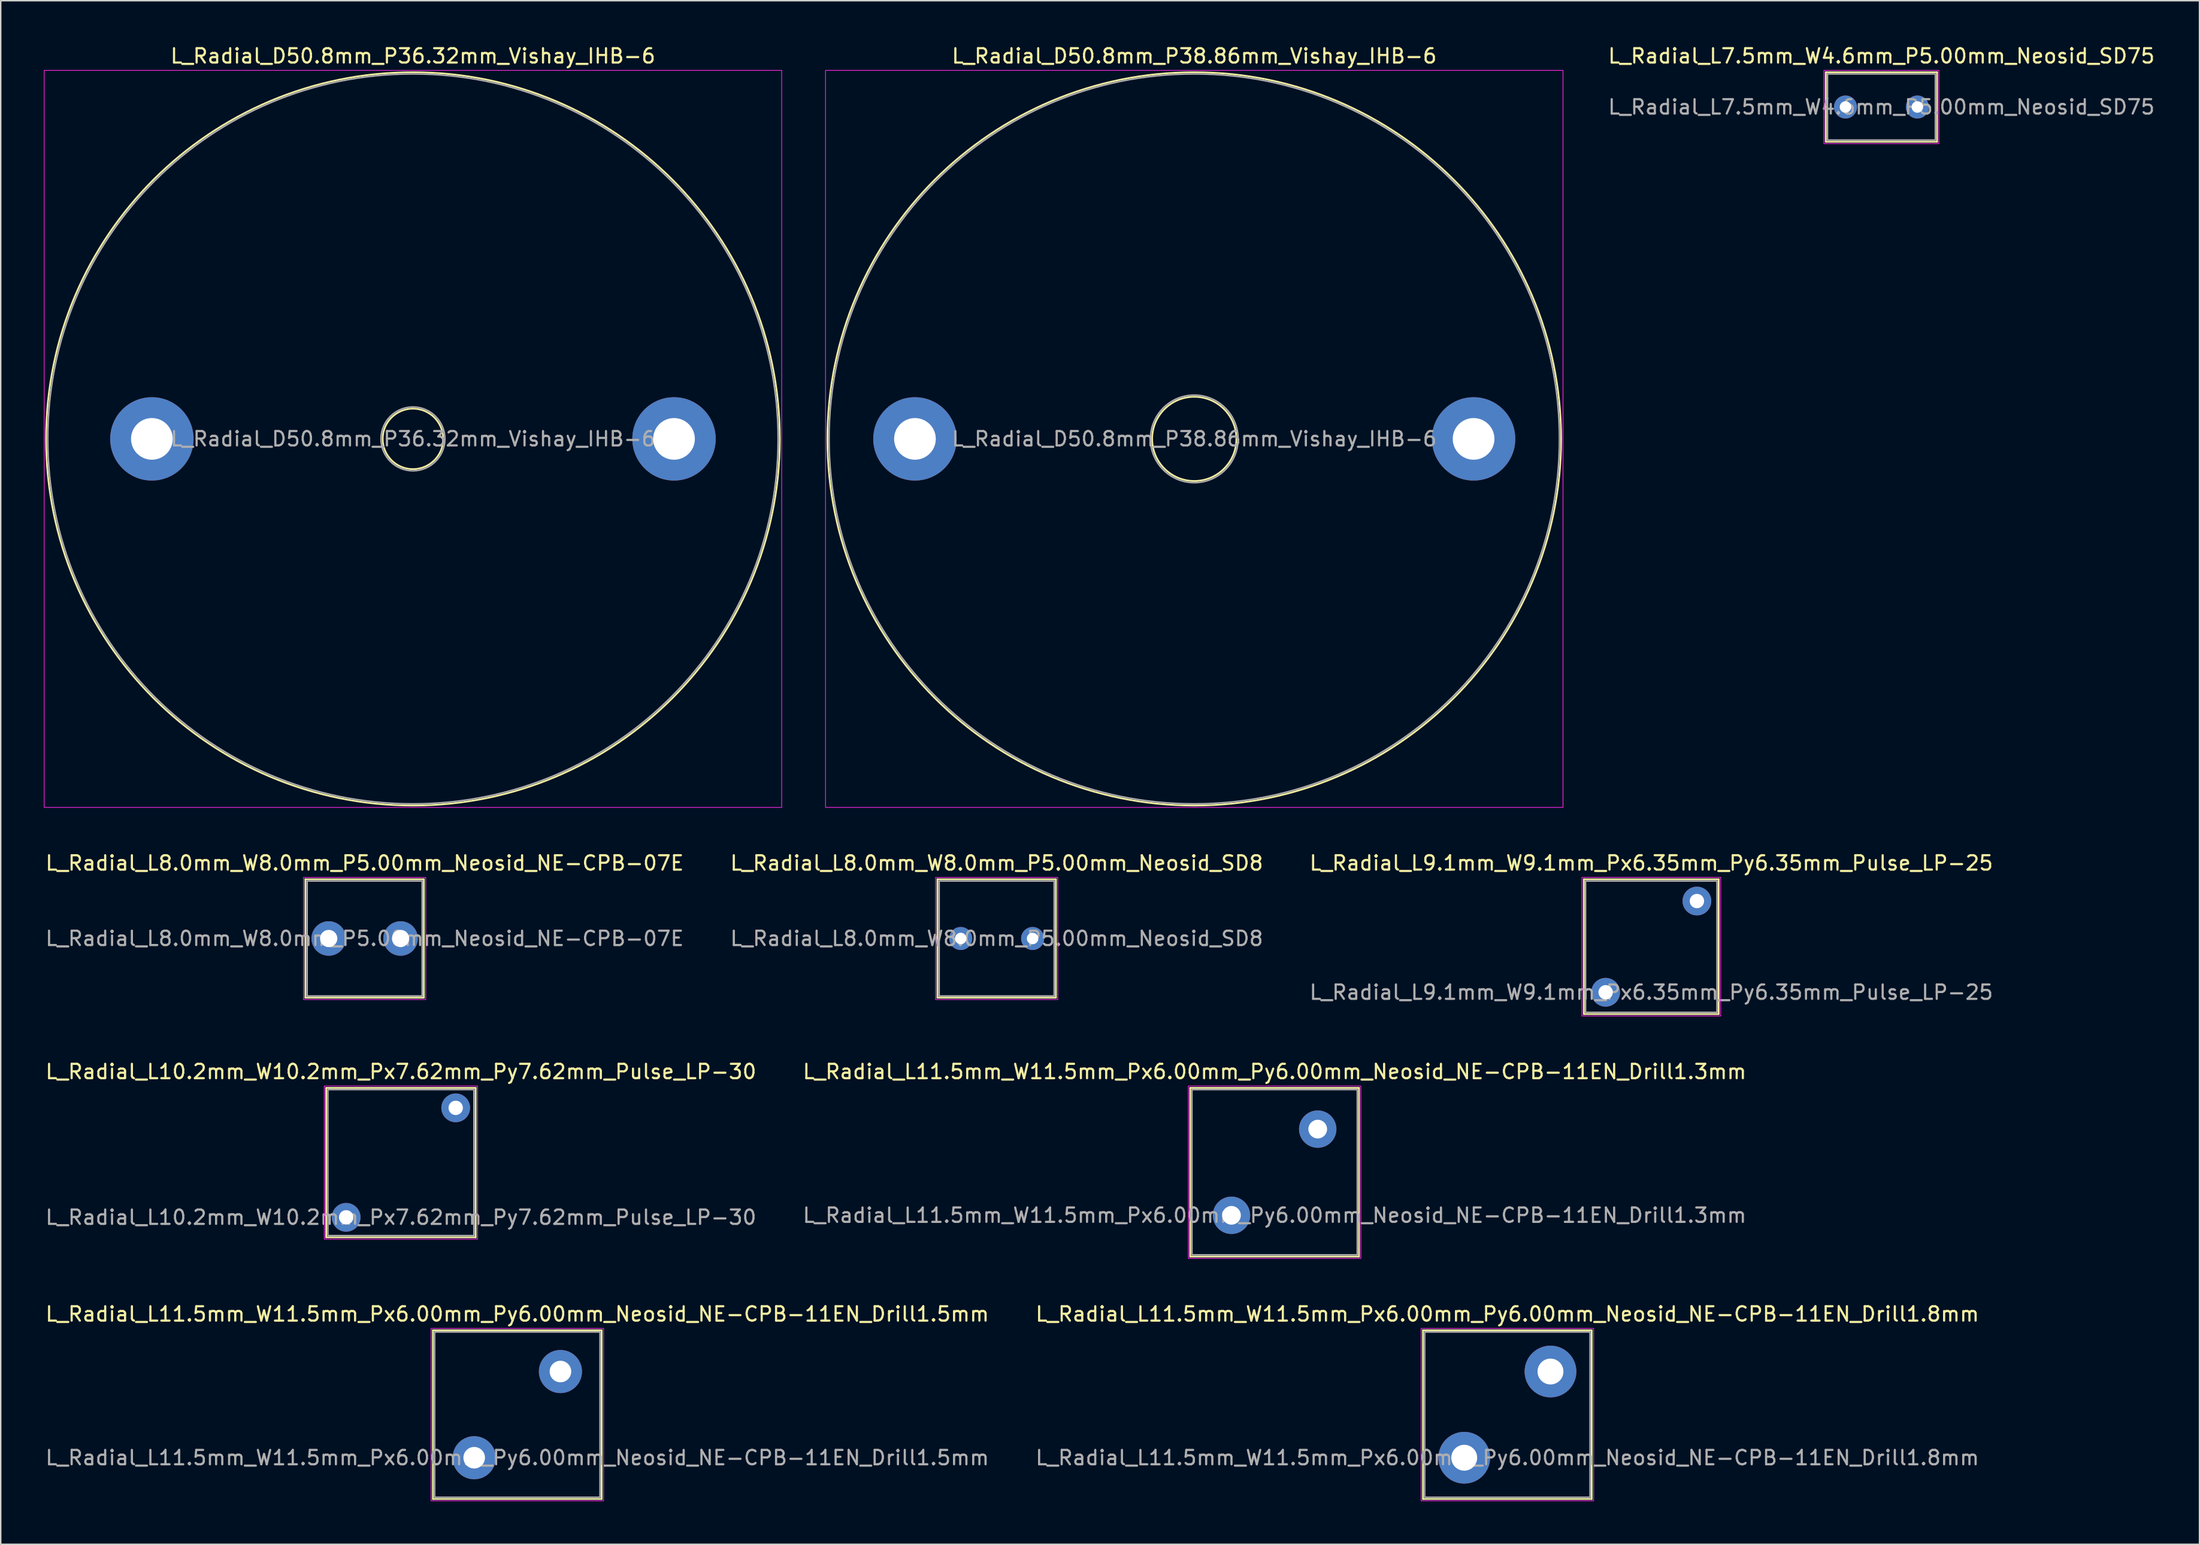
<source format=kicad_pcb>
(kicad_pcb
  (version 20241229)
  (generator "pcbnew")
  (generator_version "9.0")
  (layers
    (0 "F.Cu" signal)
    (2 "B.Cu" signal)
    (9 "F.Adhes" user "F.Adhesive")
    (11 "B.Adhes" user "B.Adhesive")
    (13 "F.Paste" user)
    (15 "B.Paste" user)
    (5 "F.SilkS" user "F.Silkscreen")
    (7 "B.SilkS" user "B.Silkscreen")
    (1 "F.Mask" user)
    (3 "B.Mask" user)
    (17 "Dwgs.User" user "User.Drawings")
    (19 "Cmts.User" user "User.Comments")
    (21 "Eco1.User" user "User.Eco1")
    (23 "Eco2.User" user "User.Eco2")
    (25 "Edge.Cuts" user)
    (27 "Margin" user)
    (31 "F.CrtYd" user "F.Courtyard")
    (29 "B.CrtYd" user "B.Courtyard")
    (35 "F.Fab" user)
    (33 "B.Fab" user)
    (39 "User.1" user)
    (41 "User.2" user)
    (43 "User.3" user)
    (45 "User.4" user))
  (footprint "L_Radial_L11.5mm_W11.5mm_Px6.00mm_Py6.00mm_Neosid_NE-CPB-11EN_Drill1.5mm"
    (layer "F.Cu")
    (at 29.935 98.413)
    (property "Reference" "L_Radial_L11.5mm_W11.5mm_Px6.00mm_Py6.00mm_Neosid_NE-CPB-11EN_Drill1.5mm" (at 3 -10 0) (layer "F.SilkS") (effects (font (size 1 1) (thickness 0.15))))
    (attr through_hole)
    (fp_line (start -2.87 -8.87) (end 8.87 -8.87) (stroke (width 0.12) (type solid)) (layer "F.SilkS"))
    (fp_line (start -2.87 2.87) (end -2.87 -8.87) (stroke (width 0.12) (type solid)) (layer "F.SilkS"))
    (fp_line (start 8.87 -8.87) (end 8.87 2.87) (stroke (width 0.12) (type solid)) (layer "F.SilkS"))
    (fp_line (start 8.87 2.87) (end -2.87 2.87) (stroke (width 0.12) (type solid)) (layer "F.SilkS"))
    (fp_rect (start -3 -9) (end 9 3) (stroke (width 0.05) (type solid)) (fill no) (layer "F.CrtYd"))
    (fp_rect (start -2.75 -8.75) (end 8.75 2.75) (stroke (width 0.1) (type solid)) (fill no) (layer "F.Fab"))
    (fp_text user "${REFERENCE}" (at 3 0 0) (layer "F.Fab") (effects (font (size 1 1) (thickness 0.15))))
    (pad "1" thru_hole circle (at 0 0) (size 3 3) (drill 1.5) (layers "*.Cu" "*.Mask"))
    (pad "2" thru_hole circle (at 6 -6) (size 3 3) (drill 1.5) (layers "*.Cu" "*.Mask")))
  (footprint "L_Radial_L7.5mm_W4.6mm_P5.00mm_Neosid_SD75"
    (layer "F.Cu")
    (at 125.325 4.398)
    (property "Reference" "L_Radial_L7.5mm_W4.6mm_P5.00mm_Neosid_SD75" (at 2.5 -3.55 0) (layer "F.SilkS") (effects (font (size 1 1) (thickness 0.15))))
    (attr through_hole)
    (fp_line (start -1.37 -2.42) (end 6.37 -2.42) (stroke (width 0.12) (type solid)) (layer "F.SilkS"))
    (fp_line (start -1.37 2.42) (end -1.37 -2.42) (stroke (width 0.12) (type solid)) (layer "F.SilkS"))
    (fp_line (start 6.37 -2.42) (end 6.37 2.42) (stroke (width 0.12) (type solid)) (layer "F.SilkS"))
    (fp_line (start 6.37 2.42) (end -1.37 2.42) (stroke (width 0.12) (type solid)) (layer "F.SilkS"))
    (fp_rect (start -1.5 -2.55) (end 6.5 2.55) (stroke (width 0.05) (type solid)) (fill no) (layer "F.CrtYd"))
    (fp_rect (start -1.25 -2.3) (end 6.25 2.3) (stroke (width 0.1) (type solid)) (fill no) (layer "F.Fab"))
    (fp_text user "${REFERENCE}" (at 2.5 0 0) (layer "F.Fab") (effects (font (size 1 1) (thickness 0.15))))
    (pad "1" thru_hole circle (at 0 0) (size 1.6 1.6) (drill 0.8) (layers "*.Cu" "*.Mask"))
    (pad "2" thru_hole circle (at 5 0) (size 1.6 1.6) (drill 0.8) (layers "*.Cu" "*.Mask")))
  (footprint "L_Radial_L11.5mm_W11.5mm_Px6.00mm_Py6.00mm_Neosid_NE-CPB-11EN_Drill1.3mm"
    (layer "F.Cu")
    (at 82.613 81.54)
    (property "Reference" "L_Radial_L11.5mm_W11.5mm_Px6.00mm_Py6.00mm_Neosid_NE-CPB-11EN_Drill1.3mm" (at 3 -10 0) (layer "F.SilkS") (effects (font (size 1 1) (thickness 0.15))))
    (attr through_hole)
    (fp_line (start -2.87 -8.87) (end 8.87 -8.87) (stroke (width 0.12) (type solid)) (layer "F.SilkS"))
    (fp_line (start -2.87 2.87) (end -2.87 -8.87) (stroke (width 0.12) (type solid)) (layer "F.SilkS"))
    (fp_line (start 8.87 -8.87) (end 8.87 2.87) (stroke (width 0.12) (type solid)) (layer "F.SilkS"))
    (fp_line (start 8.87 2.87) (end -2.87 2.87) (stroke (width 0.12) (type solid)) (layer "F.SilkS"))
    (fp_rect (start -3 -9) (end 9 3) (stroke (width 0.05) (type solid)) (fill no) (layer "F.CrtYd"))
    (fp_rect (start -2.75 -8.75) (end 8.75 2.75) (stroke (width 0.1) (type solid)) (fill no) (layer "F.Fab"))
    (fp_text user "${REFERENCE}" (at 3 0 0) (layer "F.Fab") (effects (font (size 1 1) (thickness 0.15))))
    (pad "1" thru_hole circle (at 0 0) (size 2.6 2.6) (drill 1.3) (layers "*.Cu" "*.Mask"))
    (pad "2" thru_hole circle (at 6 -6) (size 2.6 2.6) (drill 1.3) (layers "*.Cu" "*.Mask")))
  (footprint "L_Radial_L11.5mm_W11.5mm_Px6.00mm_Py6.00mm_Neosid_NE-CPB-11EN_Drill1.8mm"
    (layer "F.Cu")
    (at 98.804 98.413)
    (property "Reference" "L_Radial_L11.5mm_W11.5mm_Px6.00mm_Py6.00mm_Neosid_NE-CPB-11EN_Drill1.8mm" (at 3 -10 0) (layer "F.SilkS") (effects (font (size 1 1) (thickness 0.15))))
    (attr through_hole)
    (fp_line (start -2.87 -8.87) (end 8.87 -8.87) (stroke (width 0.12) (type solid)) (layer "F.SilkS"))
    (fp_line (start -2.87 2.87) (end -2.87 -8.87) (stroke (width 0.12) (type solid)) (layer "F.SilkS"))
    (fp_line (start 8.87 -8.87) (end 8.87 2.87) (stroke (width 0.12) (type solid)) (layer "F.SilkS"))
    (fp_line (start 8.87 2.87) (end -2.87 2.87) (stroke (width 0.12) (type solid)) (layer "F.SilkS"))
    (fp_rect (start -3 -9) (end 9 3) (stroke (width 0.05) (type solid)) (fill no) (layer "F.CrtYd"))
    (fp_rect (start -2.75 -8.75) (end 8.75 2.75) (stroke (width 0.1) (type solid)) (fill no) (layer "F.Fab"))
    (fp_text user "${REFERENCE}" (at 3 0 0) (layer "F.Fab") (effects (font (size 1 1) (thickness 0.15))))
    (pad "1" thru_hole circle (at 0 0) (size 3.6 3.6) (drill 1.8) (layers "*.Cu" "*.Mask"))
    (pad "2" thru_hole circle (at 6 -6) (size 3.6 3.6) (drill 1.8) (layers "*.Cu" "*.Mask")))
  (footprint "L_Radial_L8.0mm_W8.0mm_P5.00mm_Neosid_NE-CPB-07E"
    (layer "F.Cu")
    (at 19.815 62.272)
    (property "Reference" "L_Radial_L8.0mm_W8.0mm_P5.00mm_Neosid_NE-CPB-07E" (at 2.5 -5.25 0) (layer "F.SilkS") (effects (font (size 1 1) (thickness 0.15))))
    (attr through_hole)
    (fp_line (start -1.62 -4.12) (end 6.62 -4.12) (stroke (width 0.12) (type solid)) (layer "F.SilkS"))
    (fp_line (start -1.62 4.12) (end -1.62 -4.12) (stroke (width 0.12) (type solid)) (layer "F.SilkS"))
    (fp_line (start 6.62 -4.12) (end 6.62 4.12) (stroke (width 0.12) (type solid)) (layer "F.SilkS"))
    (fp_line (start 6.62 4.12) (end -1.62 4.12) (stroke (width 0.12) (type solid)) (layer "F.SilkS"))
    (fp_rect (start -1.75 -4.25) (end 6.75 4.25) (stroke (width 0.05) (type solid)) (fill no) (layer "F.CrtYd"))
    (fp_rect (start -1.5 -4) (end 6.5 4) (stroke (width 0.1) (type solid)) (fill no) (layer "F.Fab"))
    (fp_text user "${REFERENCE}" (at 2.5 0 0) (layer "F.Fab") (effects (font (size 1 1) (thickness 0.15))))
    (pad "1" thru_hole circle (at 0 0) (size 2.4 2.4) (drill 1.2) (layers "*.Cu" "*.Mask"))
    (pad "2" thru_hole circle (at 5 0) (size 2.4 2.4) (drill 1.2) (layers "*.Cu" "*.Mask")))
  (footprint "L_Radial_L8.0mm_W8.0mm_P5.00mm_Neosid_SD8"
    (layer "F.Cu")
    (at 63.78 62.272)
    (property "Reference" "L_Radial_L8.0mm_W8.0mm_P5.00mm_Neosid_SD8" (at 2.5 -5.25 0) (layer "F.SilkS") (effects (font (size 1 1) (thickness 0.15))))
    (attr through_hole)
    (fp_line (start -1.62 -4.12) (end 6.62 -4.12) (stroke (width 0.12) (type solid)) (layer "F.SilkS"))
    (fp_line (start -1.62 4.12) (end -1.62 -4.12) (stroke (width 0.12) (type solid)) (layer "F.SilkS"))
    (fp_line (start 6.62 -4.12) (end 6.62 4.12) (stroke (width 0.12) (type solid)) (layer "F.SilkS"))
    (fp_line (start 6.62 4.12) (end -1.62 4.12) (stroke (width 0.12) (type solid)) (layer "F.SilkS"))
    (fp_rect (start -1.75 -4.25) (end 6.75 4.25) (stroke (width 0.05) (type solid)) (fill no) (layer "F.CrtYd"))
    (fp_rect (start -1.5 -4) (end 6.5 4) (stroke (width 0.1) (type solid)) (fill no) (layer "F.Fab"))
    (fp_text user "${REFERENCE}" (at 2.5 0 0) (layer "F.Fab") (effects (font (size 1 1) (thickness 0.15))))
    (pad "1" thru_hole circle (at 0 0) (size 1.6 1.6) (drill 0.8) (layers "*.Cu" "*.Mask"))
    (pad "2" thru_hole circle (at 5 0) (size 1.6 1.6) (drill 0.8) (layers "*.Cu" "*.Mask")))
  (footprint "L_Radial_L10.2mm_W10.2mm_Px7.62mm_Py7.62mm_Pulse_LP-30"
    (layer "F.Cu")
    (at 21.029 81.68)
    (property "Reference" "L_Radial_L10.2mm_W10.2mm_Px7.62mm_Py7.62mm_Pulse_LP-30" (at 3.81 -10.14 0) (layer "F.SilkS") (effects (font (size 1 1) (thickness 0.15))))
    (attr through_hole)
    (fp_line (start -1.39 -9.01) (end 9.01 -9.01) (stroke (width 0.12) (type solid)) (layer "F.SilkS"))
    (fp_line (start -1.39 1.39) (end -1.39 -9.01) (stroke (width 0.12) (type solid)) (layer "F.SilkS"))
    (fp_line (start 9.01 -9.01) (end 9.01 1.39) (stroke (width 0.12) (type solid)) (layer "F.SilkS"))
    (fp_line (start 9.01 1.39) (end -1.39 1.39) (stroke (width 0.12) (type solid)) (layer "F.SilkS"))
    (fp_rect (start -1.52 -9.14) (end 9.14 1.52) (stroke (width 0.05) (type solid)) (fill no) (layer "F.CrtYd"))
    (fp_rect (start -1.27 -8.89) (end 8.89 1.27) (stroke (width 0.1) (type solid)) (fill no) (layer "F.Fab"))
    (fp_text user "${REFERENCE}" (at 3.81 0 0) (layer "F.Fab") (effects (font (size 1 1) (thickness 0.15))))
    (pad "1" thru_hole circle (at 0 0) (size 2 2) (drill 1) (layers "*.Cu" "*.Mask"))
    (pad "2" thru_hole circle (at 7.62 -7.62) (size 2 2) (drill 1) (layers "*.Cu" "*.Mask")))
  (footprint "L_Radial_D50.8mm_P36.32mm_Vishay_IHB-6"
    (layer "F.Cu")
    (at 7.515 27.498)
    (property "Reference" "L_Radial_D50.8mm_P36.32mm_Vishay_IHB-6" (at 18.16 -26.65 0) (layer "F.SilkS") (effects (font (size 1 1) (thickness 0.15))))
    (attr through_hole)
    (fp_circle (center 18.16 0) (end 20.265 0) (stroke (width 0.12) (type solid)) (fill no) (layer "F.SilkS"))
    (fp_circle (center 18.16 0) (end 43.68 0) (stroke (width 0.12) (type solid)) (fill no) (layer "F.SilkS"))
    (fp_rect (start -7.49 -25.65) (end 43.81 25.65) (stroke (width 0.05) (type solid)) (fill no) (layer "F.CrtYd"))
    (fp_circle (center 18.16 0) (end 20.385 0) (stroke (width 0.1) (type solid)) (fill no) (layer "F.Fab"))
    (fp_circle (center 18.16 0) (end 43.56 0) (stroke (width 0.1) (type solid)) (fill no) (layer "F.Fab"))
    (fp_text user "${REFERENCE}" (at 18.16 0 0) (layer "F.Fab") (effects (font (size 1 1) (thickness 0.15))))
    (pad "1" thru_hole circle (at 0 0) (size 5.8 5.8) (drill 2.9) (layers "*.Cu" "*.Mask"))
    (pad "2" thru_hole circle (at 36.32 0) (size 5.8 5.8) (drill 2.9) (layers "*.Cu" "*.Mask")))
  (footprint "L_Radial_L9.1mm_W9.1mm_Px6.35mm_Py6.35mm_Pulse_LP-25"
    (layer "F.Cu")
    (at 108.64 66.016)
    (property "Reference" "L_Radial_L9.1mm_W9.1mm_Px6.35mm_Py6.35mm_Pulse_LP-25" (at 3.175 -8.995 0) (layer "F.SilkS") (effects (font (size 1 1) (thickness 0.15))))
    (attr through_hole)
    (fp_line (start -1.515 -7.865) (end 7.865 -7.865) (stroke (width 0.12) (type solid)) (layer "F.SilkS"))
    (fp_line (start -1.515 1.515) (end -1.515 -7.865) (stroke (width 0.12) (type solid)) (layer "F.SilkS"))
    (fp_line (start 7.865 -7.865) (end 7.865 1.515) (stroke (width 0.12) (type solid)) (layer "F.SilkS"))
    (fp_line (start 7.865 1.515) (end -1.515 1.515) (stroke (width 0.12) (type solid)) (layer "F.SilkS"))
    (fp_rect (start -1.65 -8) (end 8 1.65) (stroke (width 0.05) (type solid)) (fill no) (layer "F.CrtYd"))
    (fp_rect (start -1.395 -7.745) (end 7.745 1.395) (stroke (width 0.1) (type solid)) (fill no) (layer "F.Fab"))
    (fp_text user "${REFERENCE}" (at 3.175 0 0) (layer "F.Fab") (effects (font (size 1 1) (thickness 0.15))))
    (pad "1" thru_hole circle (at 0 0) (size 2 2) (drill 1) (layers "*.Cu" "*.Mask"))
    (pad "2" thru_hole circle (at 6.35 -6.35) (size 2 2) (drill 1) (layers "*.Cu" "*.Mask")))
  (footprint "L_Radial_D50.8mm_P38.86mm_Vishay_IHB-6"
    (layer "F.Cu")
    (at 60.595 27.498)
    (property "Reference" "L_Radial_D50.8mm_P38.86mm_Vishay_IHB-6" (at 19.43 -26.65 0) (layer "F.SilkS") (effects (font (size 1 1) (thickness 0.15))))
    (attr through_hole)
    (fp_circle (center 19.43 0) (end 22.36 0) (stroke (width 0.12) (type solid)) (fill no) (layer "F.SilkS"))
    (fp_circle (center 19.43 0) (end 44.95 0) (stroke (width 0.12) (type solid)) (fill no) (layer "F.SilkS"))
    (fp_rect (start -6.22 -25.65) (end 45.08 25.65) (stroke (width 0.05) (type solid)) (fill no) (layer "F.CrtYd"))
    (fp_circle (center 19.43 0) (end 22.48 0) (stroke (width 0.1) (type solid)) (fill no) (layer "F.Fab"))
    (fp_circle (center 19.43 0) (end 44.83 0) (stroke (width 0.1) (type solid)) (fill no) (layer "F.Fab"))
    (fp_text user "${REFERENCE}" (at 19.43 0 0) (layer "F.Fab") (effects (font (size 1 1) (thickness 0.15))))
    (pad "1" thru_hole circle (at 0 0) (size 5.8 5.8) (drill 2.9) (layers "*.Cu" "*.Mask"))
    (pad "2" thru_hole circle (at 38.86 0) (size 5.8 5.8) (drill 2.9) (layers "*.Cu" "*.Mask")))
  (gr_rect
    (start -3 -3)
    (end 149.95 104.438)
    (stroke (width 0.1) (type default))
    (fill no)
    (layer "Edge.Cuts")))
</source>
